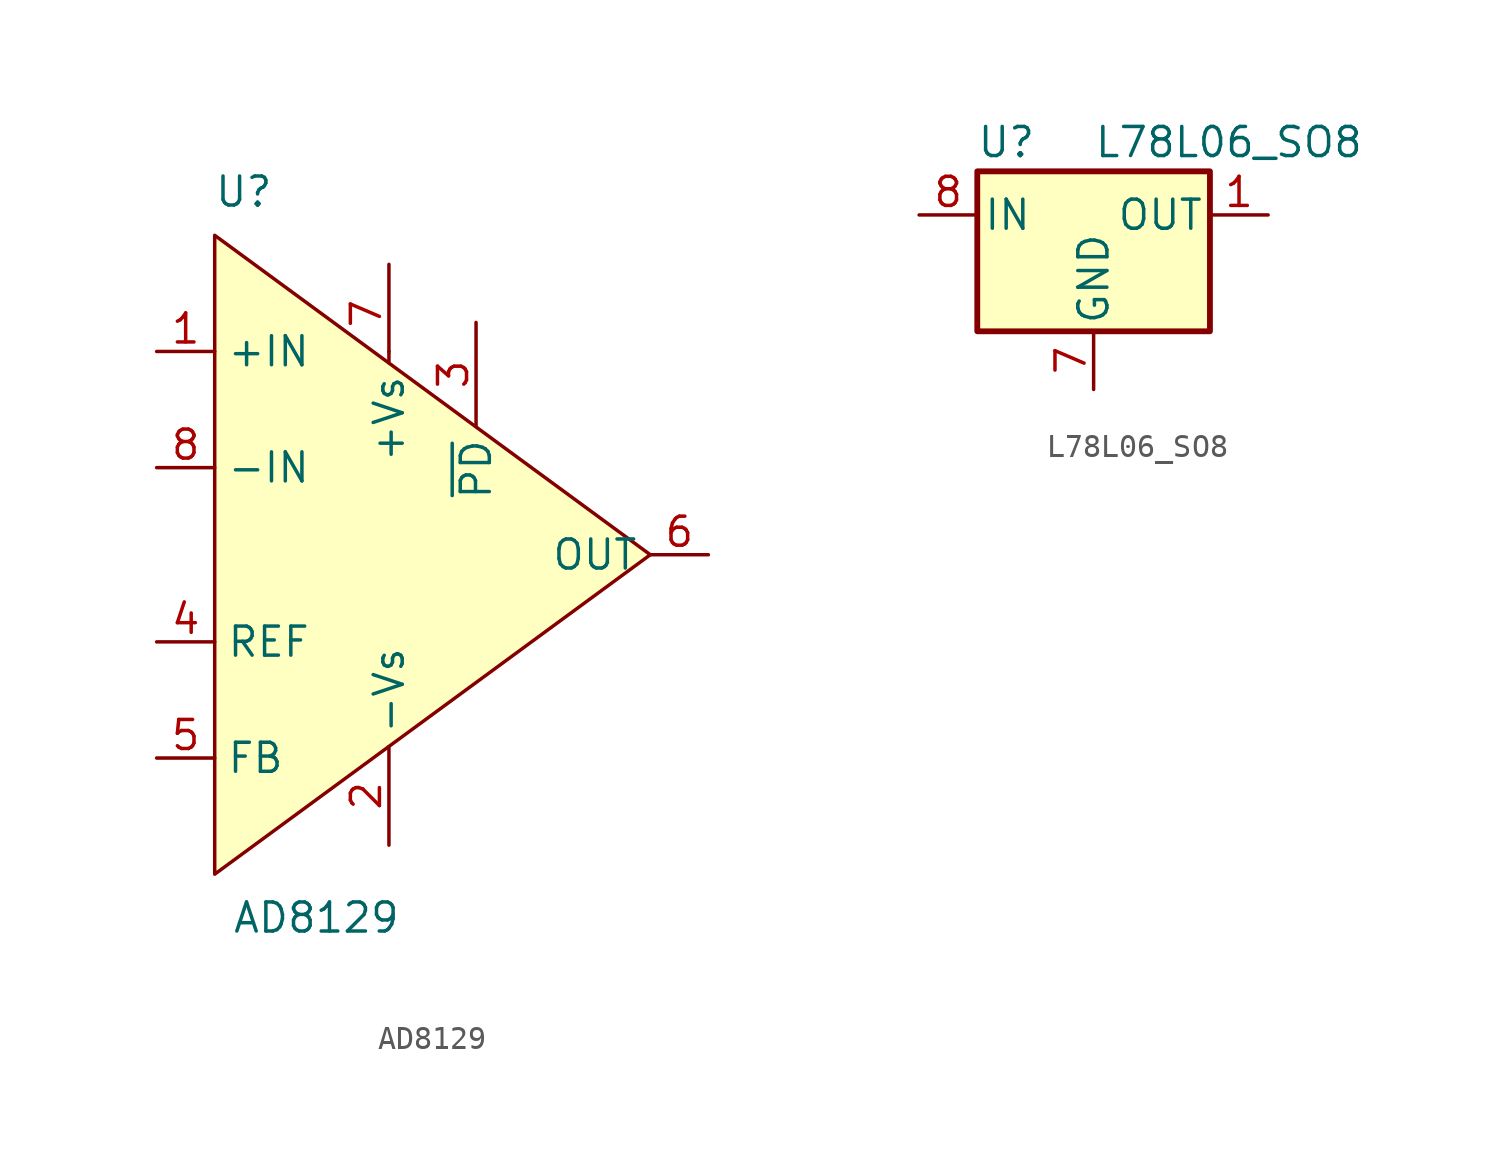
<source format=kicad_sym>
(kicad_symbol_lib
  (version 20211014)
  (generator kicad_symbol_editor)
  (symbol "AD8129"
    (property "Reference" "U"
      (at -6.35 15.875 0)
      (effects (font (size 1.27 1.27))))
    (property "Value" "AD8129"
      (at -3.175 -15.875 0)
      (effects (font (size 1.27 1.27))))
    (symbol "AD8129_0_1"
      (polyline (pts (xy 0 8.89) (xy 0 8.89)) (stroke (width 0) (type default) (color 0 0 0 0)) (fill (type none)))
      (polyline (pts (xy -7.62 13.97) (xy 11.43 0) (xy -7.62 -13.97) (xy -7.62 13.97)) (stroke (width 0) (type default) (color 0 0 0 0)) (fill (type background))))
    (symbol "AD8129_1_1"
      (pin input line (at -10.16 8.89 0) (length 2.54) (name "+IN" (effects (font (size 1.27 1.27)))) (number "1" (effects (font (size 1.27 1.27)))))
      (pin power_in line (at 0 -12.7 90) (length 4.31) (name "-Vs" (effects (font (size 1.27 1.27)))) (number "2" (effects (font (size 1.27 1.27)))))
      (pin input line (at 3.81 10.16 270) (length 4.55) (name "~{PD}" (effects (font (size 1.27 1.27)))) (number "3" (effects (font (size 1.27 1.27)))))
      (pin input line (at -10.16 -3.81 0) (length 2.54) (name "REF" (effects (font (size 1.27 1.27)))) (number "4" (effects (font (size 1.27 1.27)))))
      (pin input line (at -10.16 -8.89 0) (length 2.54) (name "FB" (effects (font (size 1.27 1.27)))) (number "5" (effects (font (size 1.27 1.27)))))
      (pin output line (at 13.97 0 180) (length 2.54) (name "OUT" (effects (font (size 1.27 1.27)))) (number "6" (effects (font (size 1.27 1.27)))))
      (pin power_in line (at 0 12.7 270) (length 4.31) (name "+Vs" (effects (font (size 1.27 1.27)))) (number "7" (effects (font (size 1.27 1.27)))))
      (pin input line (at -10.16 3.81 0) (length 2.54) (name "-IN" (effects (font (size 1.27 1.27)))) (number "8" (effects (font (size 1.27 1.27)))))))
  (symbol "L78L06_SO8"
    (pin_names
      (offset 0.254))
    (property "Reference" "U"
      (at -3.81 3.175 0)
      (effects (font (size 1.27 1.27))))
    (property "Value" "L78L06_SO8"
      (at 0 3.175 0)
      (effects (font (size 1.27 1.27)) (justify left)))
    (symbol "L78L06_SO8_0_1"
      (rectangle (start -5.08 1.905) (end 5.08 -5.08) (stroke (width 0.254) (type default) (color 0 0 0 0)) (fill (type background))))
    (symbol "L78L06_SO8_1_1"
      (pin power_out line (at 7.62 0 180) (length 2.54) (name "OUT" (effects (font (size 1.27 1.27)))) (number "1" (effects (font (size 1.27 1.27)))))
      (pin passive line (at 0 -7.62 90) (length 2.54) hide (name "GND" (effects (font (size 1.27 1.27)))) (number "2" (effects (font (size 1.27 1.27)))))
      (pin passive line (at 0 -7.62 90) (length 2.54) hide (name "GND" (effects (font (size 1.27 1.27)))) (number "3" (effects (font (size 1.27 1.27)))))
      (pin no_connect line (at -5.08 -2.54 0) (length 2.54) hide (name "NC" (effects (font (size 1.27 1.27)))) (number "4" (effects (font (size 1.27 1.27)))))
      (pin no_connect line (at 5.08 -2.54 180) (length 2.54) hide (name "NC" (effects (font (size 1.27 1.27)))) (number "5" (effects (font (size 1.27 1.27)))))
      (pin passive line (at 0 -7.62 90) (length 2.54) hide (name "GND" (effects (font (size 1.27 1.27)))) (number "6" (effects (font (size 1.27 1.27)))))
      (pin power_in line (at 0 -7.62 90) (length 2.54) (name "GND" (effects (font (size 1.27 1.27)))) (number "7" (effects (font (size 1.27 1.27)))))
      (pin power_in line (at -7.62 0 0) (length 2.54) (name "IN" (effects (font (size 1.27 1.27)))) (number "8" (effects (font (size 1.27 1.27))))))))
</source>
